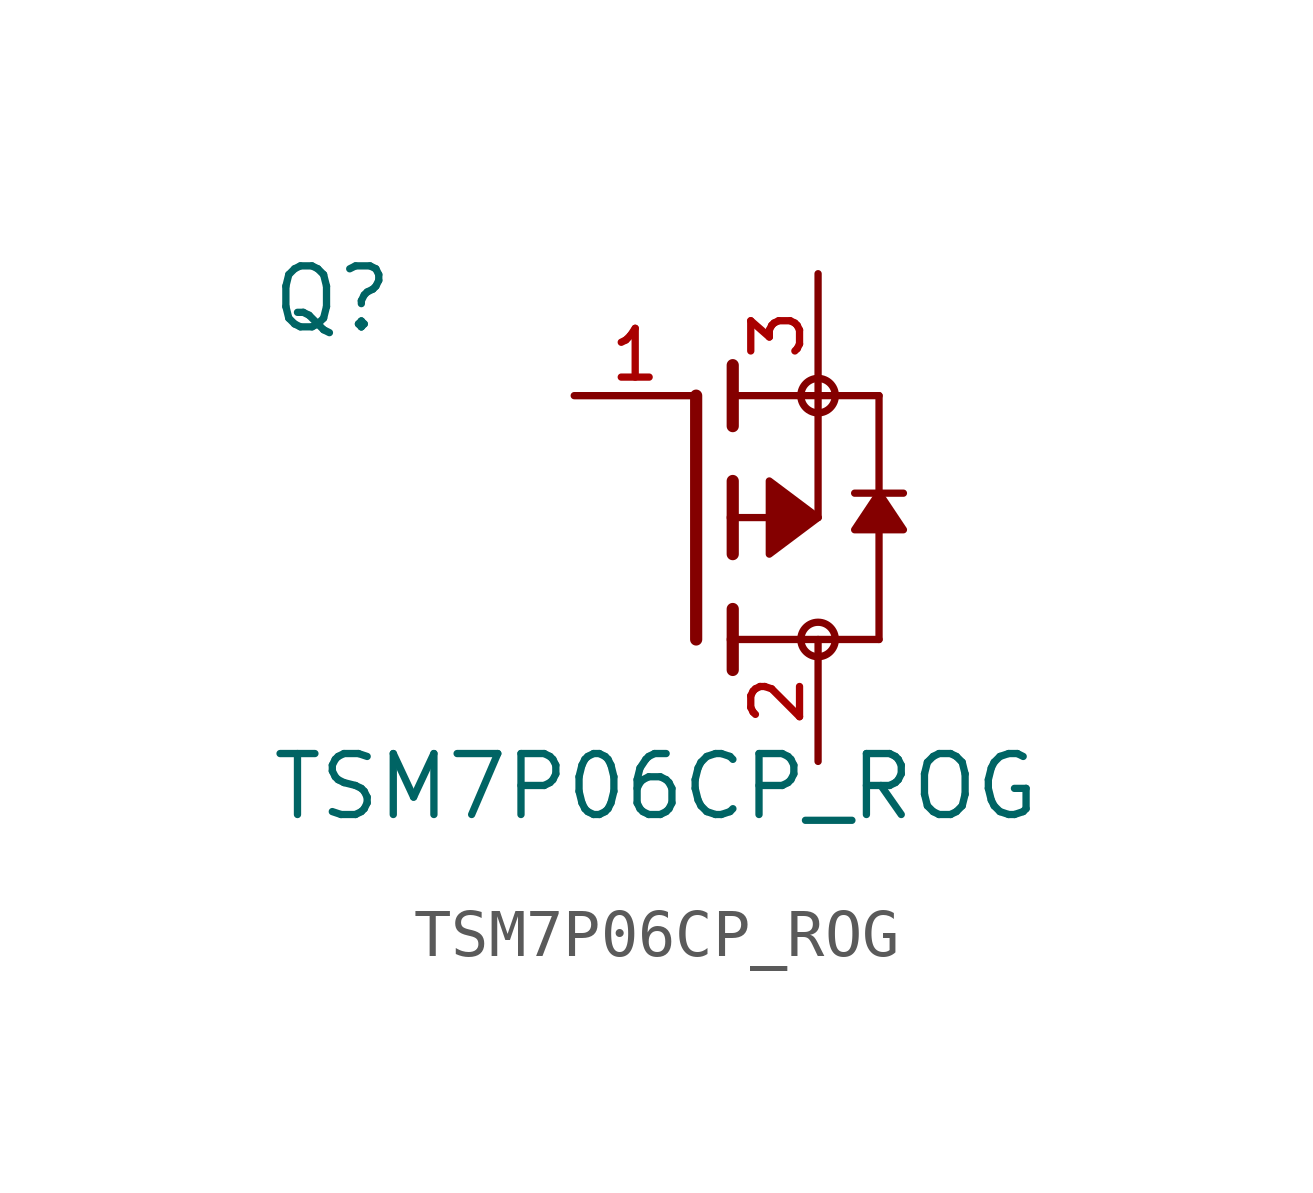
<source format=kicad_sym>
(kicad_symbol_lib
  (version 20211014)
  (generator kicad_symbol_editor)
  (symbol "TSM7P06CP_ROG"
    (pin_names
      (offset 1.016))
    (property "Reference" "Q"
      (at -8.89 3.81 0)
      (effects (font (size 1.27 1.27)) (justify bottom left)))
    (property "Value" "TSM7P06CP_ROG"
      (at -8.89 -6.35 0)
      (effects (font (size 1.27 1.27)) (justify bottom left)))
    (symbol "TSM7P06CP_ROG_0_0"
      (polyline (pts (xy 0.762 -0.762) (xy 0.762 0.0)) (stroke (width 0.254)))
      (polyline (pts (xy 0.762 0.0) (xy 0.762 0.762)) (stroke (width 0.254)))
      (polyline (pts (xy 0.762 -3.175) (xy 0.762 -2.54)) (stroke (width 0.254)))
      (polyline (pts (xy 0.762 -2.54) (xy 0.762 -1.905)) (stroke (width 0.254)))
      (polyline (pts (xy 0.762 0.0) (xy 2.54 0.0)) (stroke (width 0.152)))
      (polyline (pts (xy 2.54 0.0) (xy 2.54 2.54)) (stroke (width 0.152)))
      (polyline (pts (xy 0.762 1.905) (xy 0.762 3.175)) (stroke (width 0.254)))
      (polyline (pts (xy 0.0 -2.54) (xy 0.0 2.54)) (stroke (width 0.254)))
      (polyline (pts (xy 3.81 2.54) (xy 0.762 2.54)) (stroke (width 0.152)))
      (polyline (pts (xy 3.81 -2.54) (xy 3.81 2.54)) (stroke (width 0.152)))
      (polyline (pts (xy 0.762 -2.54) (xy 3.81 -2.54)) (stroke (width 0.152)))
      (polyline (pts (xy 3.302 0.508) (xy 4.318 0.508)) (stroke (width 0.152)))
      (circle (center 2.54 2.54) (radius 0.359) (stroke (width 0.0)) (fill (type none)))
      (circle (center 2.54 -2.54) (radius 0.359) (stroke (width 0.0)) (fill (type none)))
      (polyline (pts (xy 3.81 0.508) (xy 4.318 -0.254) (xy 3.302 -0.254) (xy 3.81 0.508)) (stroke (width 0.152)) (fill (type outline)))
      (polyline (pts (xy 2.54 0.0) (xy 1.524 0.762) (xy 1.524 -0.762) (xy 2.54 0.0)) (stroke (width 0.152)) (fill (type outline)))
      (pin passive line (at 2.54 5.08 270.0) (length 2.54) (name "~" (effects (font (size 1.016 1.016)))) (number "3" (effects (font (size 1.016 1.016)))))
      (pin passive line (at -2.54 2.54 0) (length 2.54) (name "~" (effects (font (size 1.016 1.016)))) (number "1" (effects (font (size 1.016 1.016)))))
      (pin passive line (at 2.54 -5.08 90.0) (length 2.54) (name "~" (effects (font (size 1.016 1.016)))) (number "2" (effects (font (size 1.016 1.016))))))))
</source>
